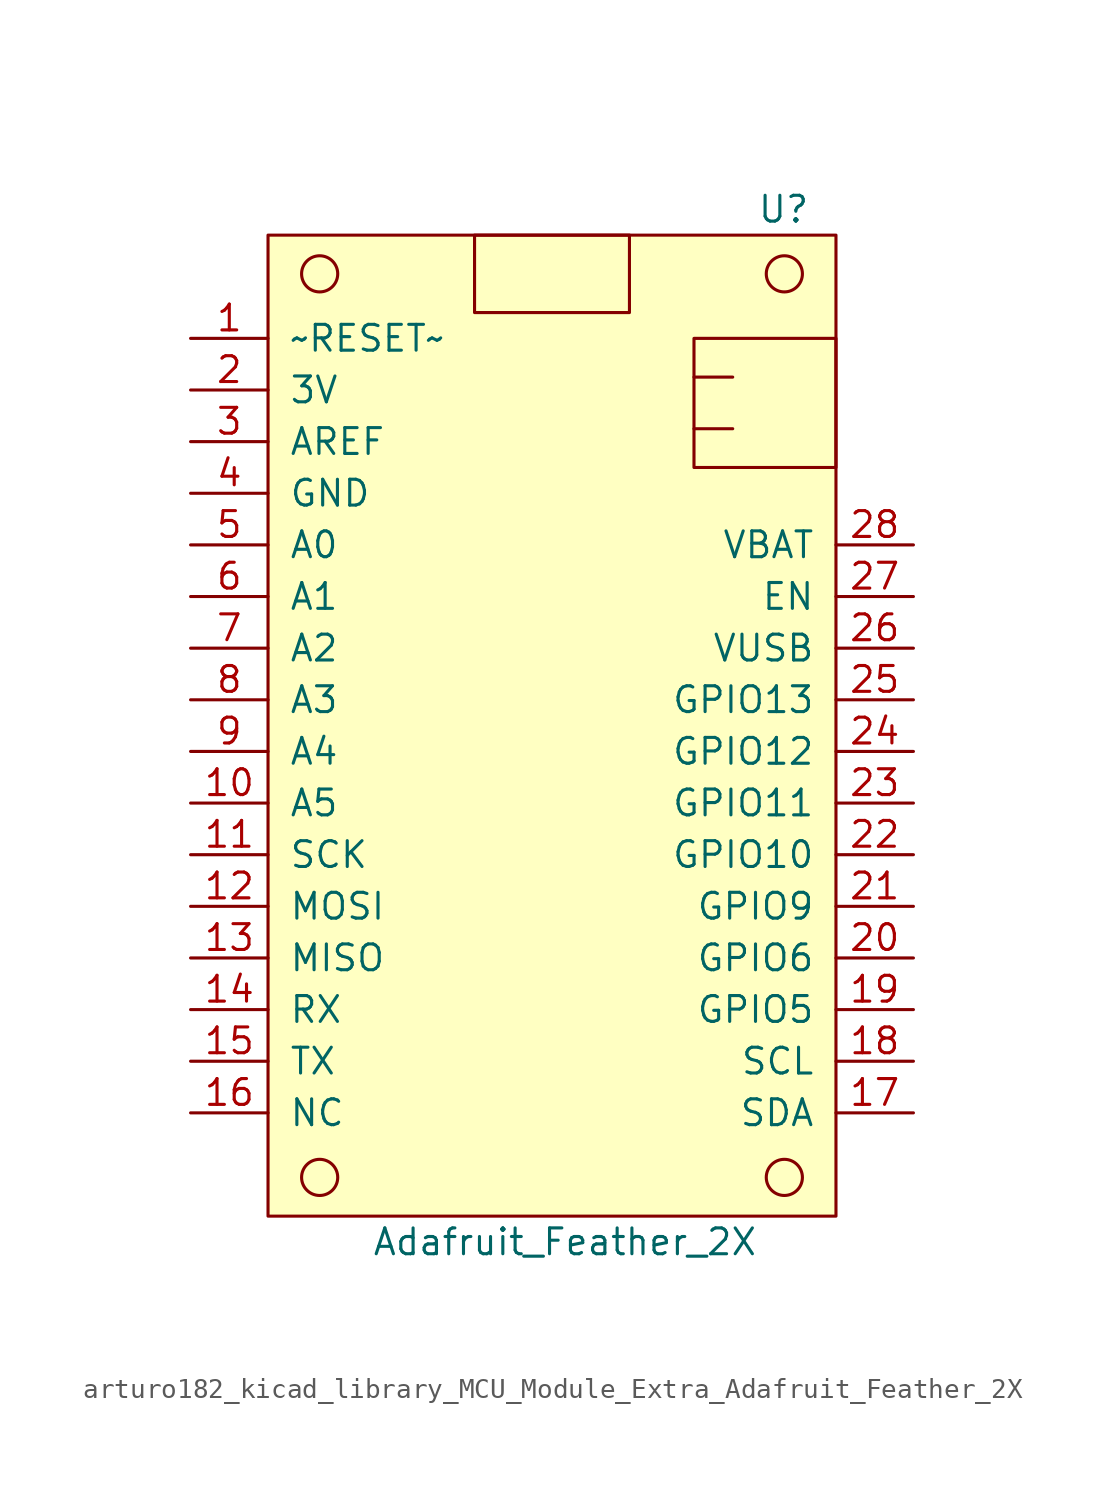
<source format=kicad_sym>
(kicad_symbol_lib
  (version 20220914)
  (generator kicad_symbol_editor)
  (symbol "MCU_Module_Extra:arturo182_kicad_library_MCU_Module_Extra_Adafruit_Feather_2X"
    (pin_names
      (offset 1.016))
    (property "Reference" "U"
      (at 12.7 24.13 0)
      (effects (font (size 1.27 1.27)) (justify right)))
    (property "Value" "Adafruit_Feather_2X"
      (at 0.635 -26.67 0)
      (effects (font (size 1.27 1.27))))
    (symbol "arturo182_kicad_library_MCU_Module_Extra_Adafruit_Feather_2X_0_1"
      (circle (center -11.43 -23.495) (radius 0.889) (stroke (width 0)) (fill (type none)))
      (circle (center -11.43 20.955) (radius 0.889) (stroke (width 0)) (fill (type none)))
      (circle (center 11.43 -23.495) (radius 0.889) (stroke (width 0)) (fill (type none)))
      (circle (center 11.43 20.955) (radius 0.889) (stroke (width 0)) (fill (type none)))
      (rectangle (start -13.97 22.86) (end 13.97 -25.4) (stroke (width 0)) (fill (type background)))
      (rectangle (start -3.81 22.86) (end 3.81 19.05) (stroke (width 0)) (fill (type none)))
      (rectangle (start 6.985 13.335) (end 8.89 13.335) (stroke (width 0)) (fill (type none)))
      (rectangle (start 6.985 15.875) (end 8.89 15.875) (stroke (width 0)) (fill (type none)))
      (rectangle (start 13.97 17.78) (end 6.985 11.43) (stroke (width 0)) (fill (type none))))
    (symbol "arturo182_kicad_library_MCU_Module_Extra_Adafruit_Feather_2X_1_1"
      (pin bidirectional line (at -17.78 17.78 0) (length 3.81) (name "~RESET~" (effects (font (size 1.27 1.27)))) (number "1" (effects (font (size 1.27 1.27)))))
      (pin passive line (at -17.78 17.78 0) (length 3.81) hide (name "~RESET~" (effects (font (size 1.27 1.27)))) (number "1" (effects (font (size 1.27 1.27)))))
      (pin passive line (at -17.78 -5.08 0) (length 3.81) hide (name "A5" (effects (font (size 1.27 1.27)))) (number "10" (effects (font (size 1.27 1.27)))))
      (pin bidirectional line (at -17.78 -5.08 0) (length 3.81) (name "A5" (effects (font (size 1.27 1.27)))) (number "10" (effects (font (size 1.27 1.27)))))
      (pin passive line (at -17.78 -7.62 0) (length 3.81) hide (name "SCK" (effects (font (size 1.27 1.27)))) (number "11" (effects (font (size 1.27 1.27)))))
      (pin output line (at -17.78 -7.62 0) (length 3.81) (name "SCK" (effects (font (size 1.27 1.27)))) (number "11" (effects (font (size 1.27 1.27)))))
      (pin passive line (at -17.78 -10.16 0) (length 3.81) hide (name "MOSI" (effects (font (size 1.27 1.27)))) (number "12" (effects (font (size 1.27 1.27)))))
      (pin output line (at -17.78 -10.16 0) (length 3.81) (name "MOSI" (effects (font (size 1.27 1.27)))) (number "12" (effects (font (size 1.27 1.27)))))
      (pin input line (at -17.78 -12.7 0) (length 3.81) (name "MISO" (effects (font (size 1.27 1.27)))) (number "13" (effects (font (size 1.27 1.27)))))
      (pin passive line (at -17.78 -12.7 0) (length 3.81) hide (name "MISO" (effects (font (size 1.27 1.27)))) (number "13" (effects (font (size 1.27 1.27)))))
      (pin input line (at -17.78 -15.24 0) (length 3.81) (name "RX" (effects (font (size 1.27 1.27)))) (number "14" (effects (font (size 1.27 1.27)))))
      (pin passive line (at -17.78 -15.24 0) (length 3.81) hide (name "RX" (effects (font (size 1.27 1.27)))) (number "14" (effects (font (size 1.27 1.27)))))
      (pin passive line (at -17.78 -17.78 0) (length 3.81) hide (name "TX" (effects (font (size 1.27 1.27)))) (number "15" (effects (font (size 1.27 1.27)))))
      (pin output line (at -17.78 -17.78 0) (length 3.81) (name "TX" (effects (font (size 1.27 1.27)))) (number "15" (effects (font (size 1.27 1.27)))))
      (pin bidirectional line (at -17.78 -20.32 0) (length 3.81) (name "NC" (effects (font (size 1.27 1.27)))) (number "16" (effects (font (size 1.27 1.27)))))
      (pin passive line (at -17.78 -20.32 0) (length 3.81) hide (name "NC" (effects (font (size 1.27 1.27)))) (number "16" (effects (font (size 1.27 1.27)))))
      (pin passive line (at 17.78 -20.32 180) (length 3.81) hide (name "SDA" (effects (font (size 1.27 1.27)))) (number "17" (effects (font (size 1.27 1.27)))))
      (pin bidirectional line (at 17.78 -20.32 180) (length 3.81) (name "SDA" (effects (font (size 1.27 1.27)))) (number "17" (effects (font (size 1.27 1.27)))))
      (pin passive line (at 17.78 -17.78 180) (length 3.81) hide (name "SCL" (effects (font (size 1.27 1.27)))) (number "18" (effects (font (size 1.27 1.27)))))
      (pin output line (at 17.78 -17.78 180) (length 3.81) (name "SCL" (effects (font (size 1.27 1.27)))) (number "18" (effects (font (size 1.27 1.27)))))
      (pin passive line (at 17.78 -15.24 180) (length 3.81) hide (name "GPIO5" (effects (font (size 1.27 1.27)))) (number "19" (effects (font (size 1.27 1.27)))))
      (pin bidirectional line (at 17.78 -15.24 180) (length 3.81) (name "GPIO5" (effects (font (size 1.27 1.27)))) (number "19" (effects (font (size 1.27 1.27)))))
      (pin power_out line (at -17.78 15.24 0) (length 3.81) (name "3V" (effects (font (size 1.27 1.27)))) (number "2" (effects (font (size 1.27 1.27)))))
      (pin passive line (at -17.78 15.24 0) (length 3.81) hide (name "3V" (effects (font (size 1.27 1.27)))) (number "2" (effects (font (size 1.27 1.27)))))
      (pin passive line (at 17.78 -12.7 180) (length 3.81) hide (name "GPIO6" (effects (font (size 1.27 1.27)))) (number "20" (effects (font (size 1.27 1.27)))))
      (pin bidirectional line (at 17.78 -12.7 180) (length 3.81) (name "GPIO6" (effects (font (size 1.27 1.27)))) (number "20" (effects (font (size 1.27 1.27)))))
      (pin passive line (at 17.78 -10.16 180) (length 3.81) hide (name "GPIO9" (effects (font (size 1.27 1.27)))) (number "21" (effects (font (size 1.27 1.27)))))
      (pin bidirectional line (at 17.78 -10.16 180) (length 3.81) (name "GPIO9" (effects (font (size 1.27 1.27)))) (number "21" (effects (font (size 1.27 1.27)))))
      (pin passive line (at 17.78 -7.62 180) (length 3.81) hide (name "GPIO10" (effects (font (size 1.27 1.27)))) (number "22" (effects (font (size 1.27 1.27)))))
      (pin bidirectional line (at 17.78 -7.62 180) (length 3.81) (name "GPIO10" (effects (font (size 1.27 1.27)))) (number "22" (effects (font (size 1.27 1.27)))))
      (pin passive line (at 17.78 -5.08 180) (length 3.81) hide (name "GPIO11" (effects (font (size 1.27 1.27)))) (number "23" (effects (font (size 1.27 1.27)))))
      (pin bidirectional line (at 17.78 -5.08 180) (length 3.81) (name "GPIO11" (effects (font (size 1.27 1.27)))) (number "23" (effects (font (size 1.27 1.27)))))
      (pin passive line (at 17.78 -2.54 180) (length 3.81) hide (name "GPIO12" (effects (font (size 1.27 1.27)))) (number "24" (effects (font (size 1.27 1.27)))))
      (pin bidirectional line (at 17.78 -2.54 180) (length 3.81) (name "GPIO12" (effects (font (size 1.27 1.27)))) (number "24" (effects (font (size 1.27 1.27)))))
      (pin passive line (at 17.78 0 180) (length 3.81) hide (name "GPIO13" (effects (font (size 1.27 1.27)))) (number "25" (effects (font (size 1.27 1.27)))))
      (pin bidirectional line (at 17.78 0 180) (length 3.81) (name "GPIO13" (effects (font (size 1.27 1.27)))) (number "25" (effects (font (size 1.27 1.27)))))
      (pin power_out line (at 17.78 2.54 180) (length 3.81) (name "VUSB" (effects (font (size 1.27 1.27)))) (number "26" (effects (font (size 1.27 1.27)))))
      (pin passive line (at 17.78 2.54 180) (length 3.81) hide (name "VUSB" (effects (font (size 1.27 1.27)))) (number "26" (effects (font (size 1.27 1.27)))))
      (pin input line (at 17.78 5.08 180) (length 3.81) (name "EN" (effects (font (size 1.27 1.27)))) (number "27" (effects (font (size 1.27 1.27)))))
      (pin passive line (at 17.78 5.08 180) (length 3.81) hide (name "EN" (effects (font (size 1.27 1.27)))) (number "27" (effects (font (size 1.27 1.27)))))
      (pin passive line (at 17.78 7.62 180) (length 3.81) hide (name "VBAT" (effects (font (size 1.27 1.27)))) (number "28" (effects (font (size 1.27 1.27)))))
      (pin power_out line (at 17.78 7.62 180) (length 3.81) (name "VBAT" (effects (font (size 1.27 1.27)))) (number "28" (effects (font (size 1.27 1.27)))))
      (pin passive line (at -17.78 12.7 0) (length 3.81) hide (name "AREF" (effects (font (size 1.27 1.27)))) (number "3" (effects (font (size 1.27 1.27)))))
      (pin input line (at -17.78 12.7 0) (length 3.81) (name "AREF" (effects (font (size 1.27 1.27)))) (number "3" (effects (font (size 1.27 1.27)))))
      (pin passive line (at -17.78 10.16 0) (length 3.81) hide (name "GND" (effects (font (size 1.27 1.27)))) (number "4" (effects (font (size 1.27 1.27)))))
      (pin power_out line (at -17.78 10.16 0) (length 3.81) (name "GND" (effects (font (size 1.27 1.27)))) (number "4" (effects (font (size 1.27 1.27)))))
      (pin bidirectional line (at -17.78 7.62 0) (length 3.81) (name "A0" (effects (font (size 1.27 1.27)))) (number "5" (effects (font (size 1.27 1.27)))))
      (pin passive line (at -17.78 7.62 0) (length 3.81) hide (name "A0" (effects (font (size 1.27 1.27)))) (number "5" (effects (font (size 1.27 1.27)))))
      (pin bidirectional line (at -17.78 5.08 0) (length 3.81) (name "A1" (effects (font (size 1.27 1.27)))) (number "6" (effects (font (size 1.27 1.27)))))
      (pin passive line (at -17.78 5.08 0) (length 3.81) hide (name "A1" (effects (font (size 1.27 1.27)))) (number "6" (effects (font (size 1.27 1.27)))))
      (pin bidirectional line (at -17.78 2.54 0) (length 3.81) (name "A2" (effects (font (size 1.27 1.27)))) (number "7" (effects (font (size 1.27 1.27)))))
      (pin passive line (at -17.78 2.54 0) (length 3.81) hide (name "A2" (effects (font (size 1.27 1.27)))) (number "7" (effects (font (size 1.27 1.27)))))
      (pin bidirectional line (at -17.78 0 0) (length 3.81) (name "A3" (effects (font (size 1.27 1.27)))) (number "8" (effects (font (size 1.27 1.27)))))
      (pin passive line (at -17.78 0 0) (length 3.81) hide (name "A3" (effects (font (size 1.27 1.27)))) (number "8" (effects (font (size 1.27 1.27)))))
      (pin passive line (at -17.78 -2.54 0) (length 3.81) hide (name "A4" (effects (font (size 1.27 1.27)))) (number "9" (effects (font (size 1.27 1.27)))))
      (pin bidirectional line (at -17.78 -2.54 0) (length 3.81) (name "A4" (effects (font (size 1.27 1.27)))) (number "9" (effects (font (size 1.27 1.27))))))))
</source>
